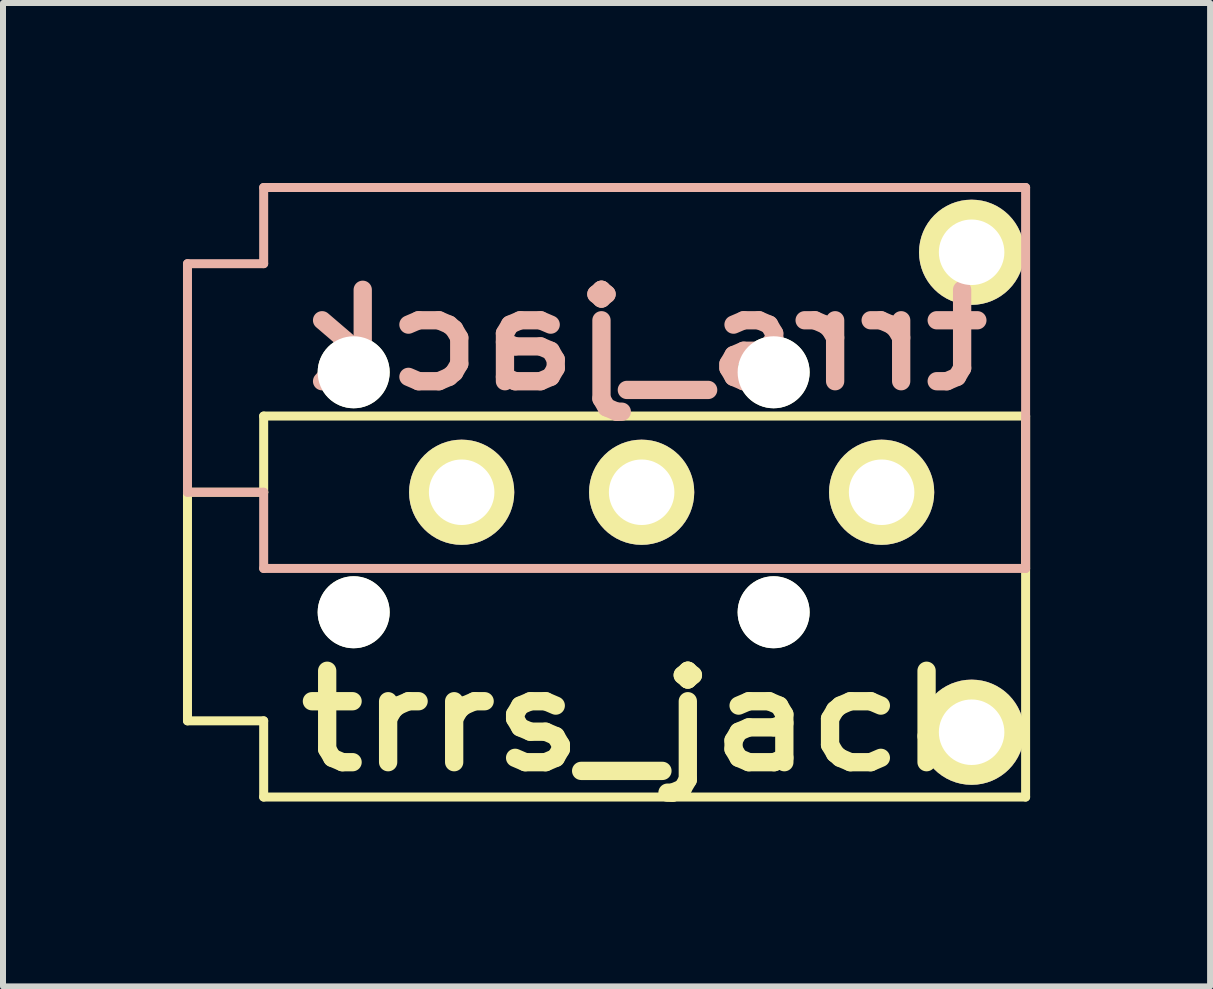
<source format=kicad_pcb>
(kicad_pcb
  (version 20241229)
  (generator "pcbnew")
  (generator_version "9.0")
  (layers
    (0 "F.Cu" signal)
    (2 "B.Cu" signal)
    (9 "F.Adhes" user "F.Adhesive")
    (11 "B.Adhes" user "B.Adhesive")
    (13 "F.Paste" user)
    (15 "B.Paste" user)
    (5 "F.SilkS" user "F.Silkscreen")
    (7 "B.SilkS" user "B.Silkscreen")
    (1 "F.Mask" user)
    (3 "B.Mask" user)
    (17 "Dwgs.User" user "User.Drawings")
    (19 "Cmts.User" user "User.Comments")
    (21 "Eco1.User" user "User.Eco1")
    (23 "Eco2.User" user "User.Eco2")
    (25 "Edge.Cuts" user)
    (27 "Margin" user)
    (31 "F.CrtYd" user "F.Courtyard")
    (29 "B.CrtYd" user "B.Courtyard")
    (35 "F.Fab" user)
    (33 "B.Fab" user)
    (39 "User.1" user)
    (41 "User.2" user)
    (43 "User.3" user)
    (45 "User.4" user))
  (footprint "trrs_jack"
    (layer "F.Cu")
    (at 1.345 5.155)
    (property "Reference" "trrs_jack" (at 6.35 3.81 180) (layer "F.SilkS") (effects (font (size 1.524 1.778) (thickness 0.305))))
    (attr through_hole)
    (fp_line (start -1.27 0) (end -1.27 3.81) (stroke (width 0.15) (type solid)) (layer "F.SilkS"))
    (fp_line (start -1.27 3.81) (end 0 3.81) (stroke (width 0.15) (type solid)) (layer "F.SilkS"))
    (fp_line (start 0 -1.27) (end 0 0) (stroke (width 0.15) (type solid)) (layer "F.SilkS"))
    (fp_line (start 0 0) (end -1.27 0) (stroke (width 0.15) (type solid)) (layer "F.SilkS"))
    (fp_line (start 0 3.81) (end 0 5.08) (stroke (width 0.15) (type solid)) (layer "F.SilkS"))
    (fp_line (start 0 5.08) (end 12.7 5.08) (stroke (width 0.15) (type solid)) (layer "F.SilkS"))
    (fp_line (start 12.7 -1.27) (end 0 -1.27) (stroke (width 0.15) (type solid)) (layer "F.SilkS"))
    (fp_line (start 12.7 5.08) (end 12.7 -1.27) (stroke (width 0.15) (type solid)) (layer "F.SilkS"))
    (fp_line (start -1.27 -3.81) (end -1.27 0) (stroke (width 0.15) (type solid)) (layer "B.SilkS"))
    (fp_line (start -1.27 0) (end 0 0) (stroke (width 0.15) (type solid)) (layer "B.SilkS"))
    (fp_line (start 0 -5.08) (end 0 -3.81) (stroke (width 0.15) (type solid)) (layer "B.SilkS"))
    (fp_line (start 0 -3.81) (end -1.27 -3.81) (stroke (width 0.15) (type solid)) (layer "B.SilkS"))
    (fp_line (start 0 0) (end 0 1.27) (stroke (width 0.15) (type solid)) (layer "B.SilkS"))
    (fp_line (start 0 1.27) (end 12.7 1.27) (stroke (width 0.15) (type solid)) (layer "B.SilkS"))
    (fp_line (start 12.7 -5.08) (end 0 -5.08) (stroke (width 0.15) (type solid)) (layer "B.SilkS"))
    (fp_line (start 12.7 1.27) (end 12.7 -5.08) (stroke (width 0.15) (type solid)) (layer "B.SilkS"))
    (fp_text user "${REFERENCE}" (at 6.35 -2.54 0) (layer "B.SilkS") (effects (font (size 1.524 1.778) (thickness 0.305)) (justify mirror)))
    (pad "" np_thru_hole circle (at 1.5 -2) (size 1.2 1.2) (drill 1.2) (layers "*.Cu" "*.Mask" "F.SilkS"))
    (pad "" np_thru_hole circle (at 1.5 2) (size 1.2 1.2) (drill 1.2) (layers "*.Cu" "*.Mask" "F.SilkS"))
    (pad "" np_thru_hole circle (at 8.5 -2) (size 1.2 1.2) (drill 1.2) (layers "*.Cu" "*.Mask" "F.SilkS"))
    (pad "" np_thru_hole circle (at 8.5 2) (size 1.2 1.2) (drill 1.2) (layers "*.Cu" "*.Mask" "F.SilkS"))
    (pad "1" thru_hole circle (at 10.3 0) (size 1.753 1.753) (drill 1.092) (layers "*.Cu" "*.Mask" "F.SilkS"))
    (pad "2" thru_hole circle (at 3.3 0) (size 1.753 1.753) (drill 1.092) (layers "*.Cu" "*.Mask" "F.SilkS"))
    (pad "3" thru_hole circle (at 6.3 0) (size 1.753 1.753) (drill 1.092) (layers "*.Cu" "*.Mask" "F.SilkS"))
    (pad "4" thru_hole circle (at 11.8 4) (size 1.753 1.753) (drill 1.092) (layers "*.Cu" "*.Mask" "F.SilkS"))
    (pad "5" thru_hole circle (at 11.8 -4) (size 1.753 1.753) (drill 1.092) (layers "*.Cu" "*.Mask" "F.SilkS")))
  (gr_rect
    (start -3 -3)
    (end 17.12 13.391)
    (stroke (width 0.1) (type default))
    (fill no)
    (layer "Edge.Cuts")))
</source>
